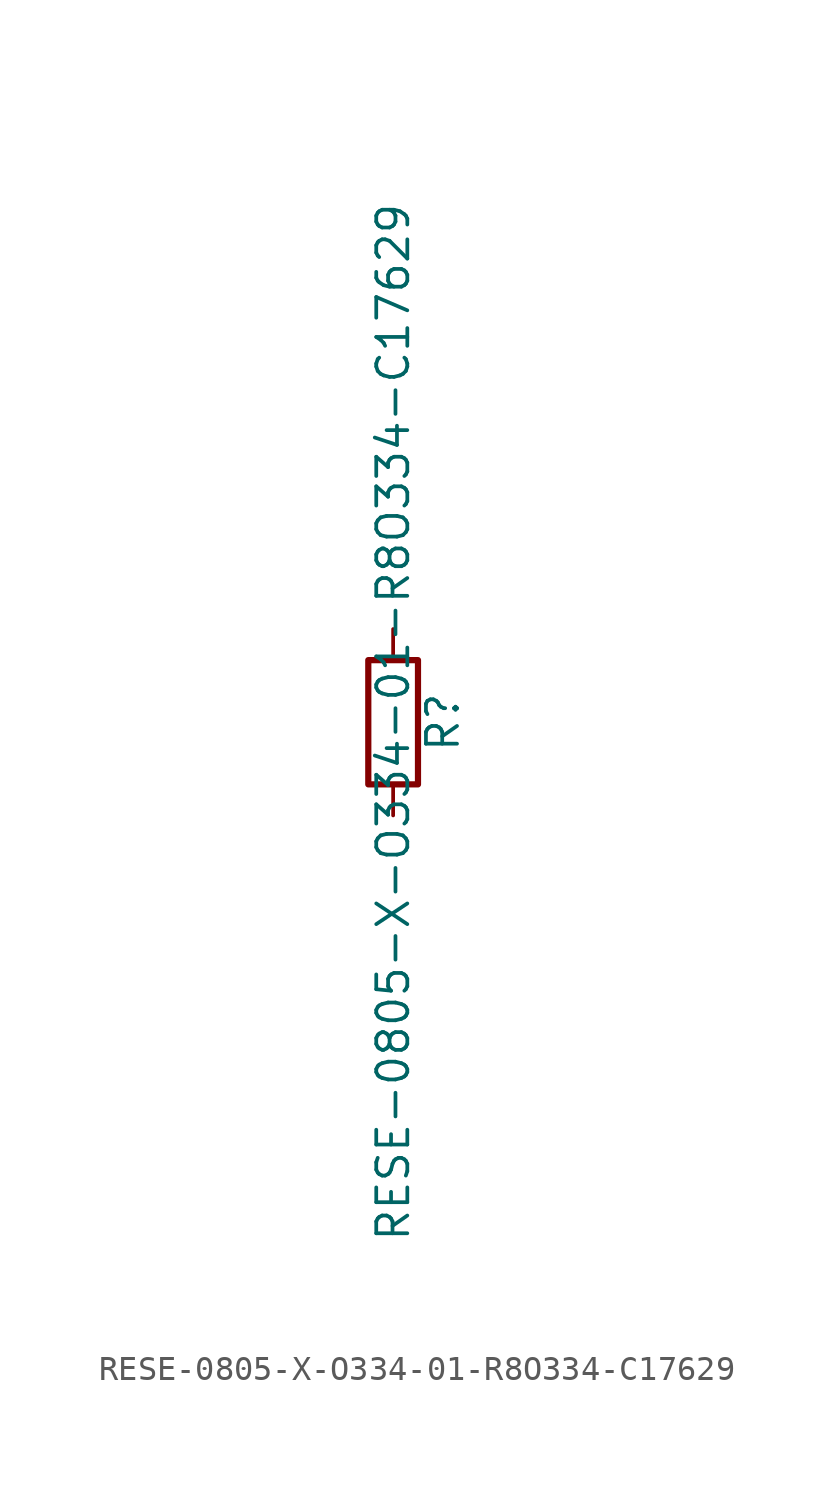
<source format=kicad_sym>
(kicad_symbol_lib
  (version 20211014)
  (generator kicad_symbol_editor)
  (symbol "RESE-0805-X-O334-01-R8O334-C17629"
    (pin_numbers hide)
    (pin_names
      (offset 0))
    (property "Reference" "R"
      (at 2.032 0 90)
      (effects (font (size 1.27 1.27))))
    (property "Value" "RESE-0805-X-O334-01-R8O334-C17629"
      (at 0 0 90)
      (effects (font (size 1.27 1.27))))
    (symbol "RESE-0805-X-O334-01-R8O334-C17629_0_1"
      (rectangle (start -1.016 -2.54) (end 1.016 2.54) (stroke (width 0.254) (type default) (color 0 0 0 0)) (fill (type none))))
    (symbol "RESE-0805-X-O334-01-R8O334-C17629_1_1"
      (pin passive line (at 0 3.81 270) (length 1.27) (name "~" (effects (font (size 1.27 1.27)))) (number "1" (effects (font (size 1.27 1.27)))))
      (pin passive line (at 0 -3.81 90) (length 1.27) (name "~" (effects (font (size 1.27 1.27)))) (number "2" (effects (font (size 1.27 1.27))))))))
</source>
